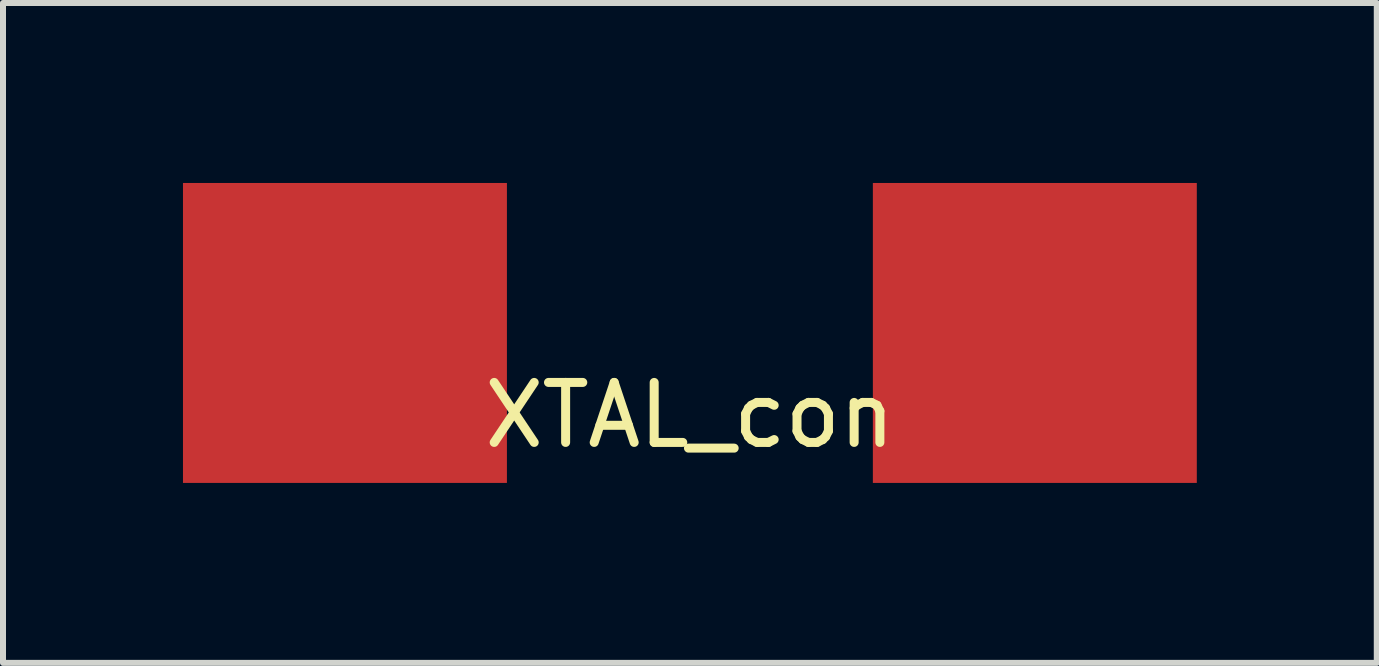
<source format=kicad_pcb>
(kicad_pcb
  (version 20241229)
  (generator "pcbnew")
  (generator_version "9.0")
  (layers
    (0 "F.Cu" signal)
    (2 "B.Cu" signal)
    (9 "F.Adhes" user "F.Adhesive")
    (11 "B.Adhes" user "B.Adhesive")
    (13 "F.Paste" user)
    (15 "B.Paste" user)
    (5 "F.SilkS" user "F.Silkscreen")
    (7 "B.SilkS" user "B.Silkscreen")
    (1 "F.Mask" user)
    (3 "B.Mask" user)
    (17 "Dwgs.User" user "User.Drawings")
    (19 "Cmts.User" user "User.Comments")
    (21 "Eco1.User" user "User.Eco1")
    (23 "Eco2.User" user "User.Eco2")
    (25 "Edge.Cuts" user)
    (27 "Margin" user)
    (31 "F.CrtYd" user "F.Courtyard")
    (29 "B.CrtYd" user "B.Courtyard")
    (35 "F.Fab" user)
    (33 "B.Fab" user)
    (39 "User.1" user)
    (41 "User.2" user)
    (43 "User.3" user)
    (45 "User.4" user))
  (footprint "XTAL_con"
    (layer "F.Cu")
    (at 8.45 2.87)
    (property "Reference" "XTAL_con" (at 0 1 0) (layer "F.SilkS") (effects (font (size 1 1) (thickness 0.15))))
    (attr through_hole)
    (pad "1" smd rect (at -5.75 -0.37) (size 5.4 5) (layers "F.Cu" "F.Mask" "F.Paste"))
    (pad "2" smd rect (at 5.75 -0.37) (size 5.4 5) (layers "F.Cu" "F.Mask" "F.Paste")))
  (gr_rect
    (start -3 -3)
    (end 19.9 8)
    (stroke (width 0.1) (type default))
    (fill no)
    (layer "Edge.Cuts")))
</source>
